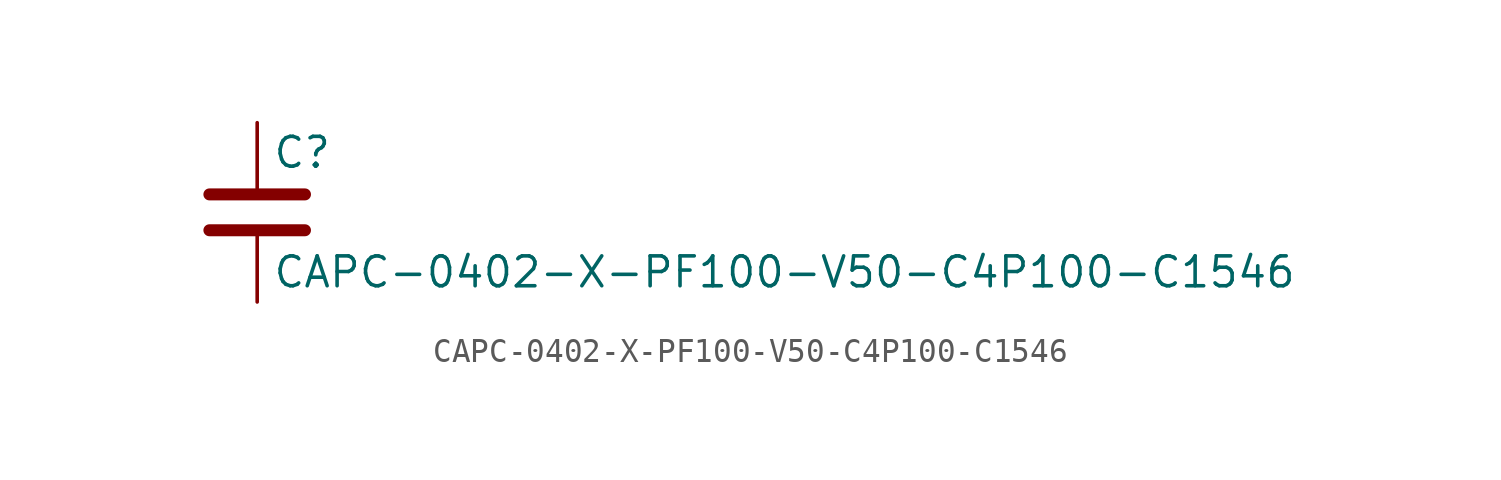
<source format=kicad_sym>
(kicad_symbol_lib
  (version 20211014)
  (generator kicad_symbol_editor)
  (symbol "CAPC-0402-X-PF100-V50-C4P100-C1546"
    (pin_numbers hide)
    (pin_names
      (offset 0.254))
    (property "Reference" "C"
      (at 0.635 2.54 0)
      (effects (font (size 1.27 1.27)) (justify left)))
    (property "Value" "CAPC-0402-X-PF100-V50-C4P100-C1546"
      (at 0.635 -2.54 0)
      (effects (font (size 1.27 1.27)) (justify left)))
    (symbol "CAPC-0402-X-PF100-V50-C4P100-C1546_0_1"
      (polyline (pts (xy -2.032 -0.762) (xy 2.032 -0.762)) (stroke (width 0.508) (type default) (color 0 0 0 0)) (fill (type none)))
      (polyline (pts (xy -2.032 0.762) (xy 2.032 0.762)) (stroke (width 0.508) (type default) (color 0 0 0 0)) (fill (type none))))
    (symbol "CAPC-0402-X-PF100-V50-C4P100-C1546_1_1"
      (pin passive line (at 0 3.81 270) (length 2.794) (name "~" (effects (font (size 1.27 1.27)))) (number "1" (effects (font (size 1.27 1.27)))))
      (pin passive line (at 0 -3.81 90) (length 2.794) (name "~" (effects (font (size 1.27 1.27)))) (number "2" (effects (font (size 1.27 1.27))))))))
</source>
